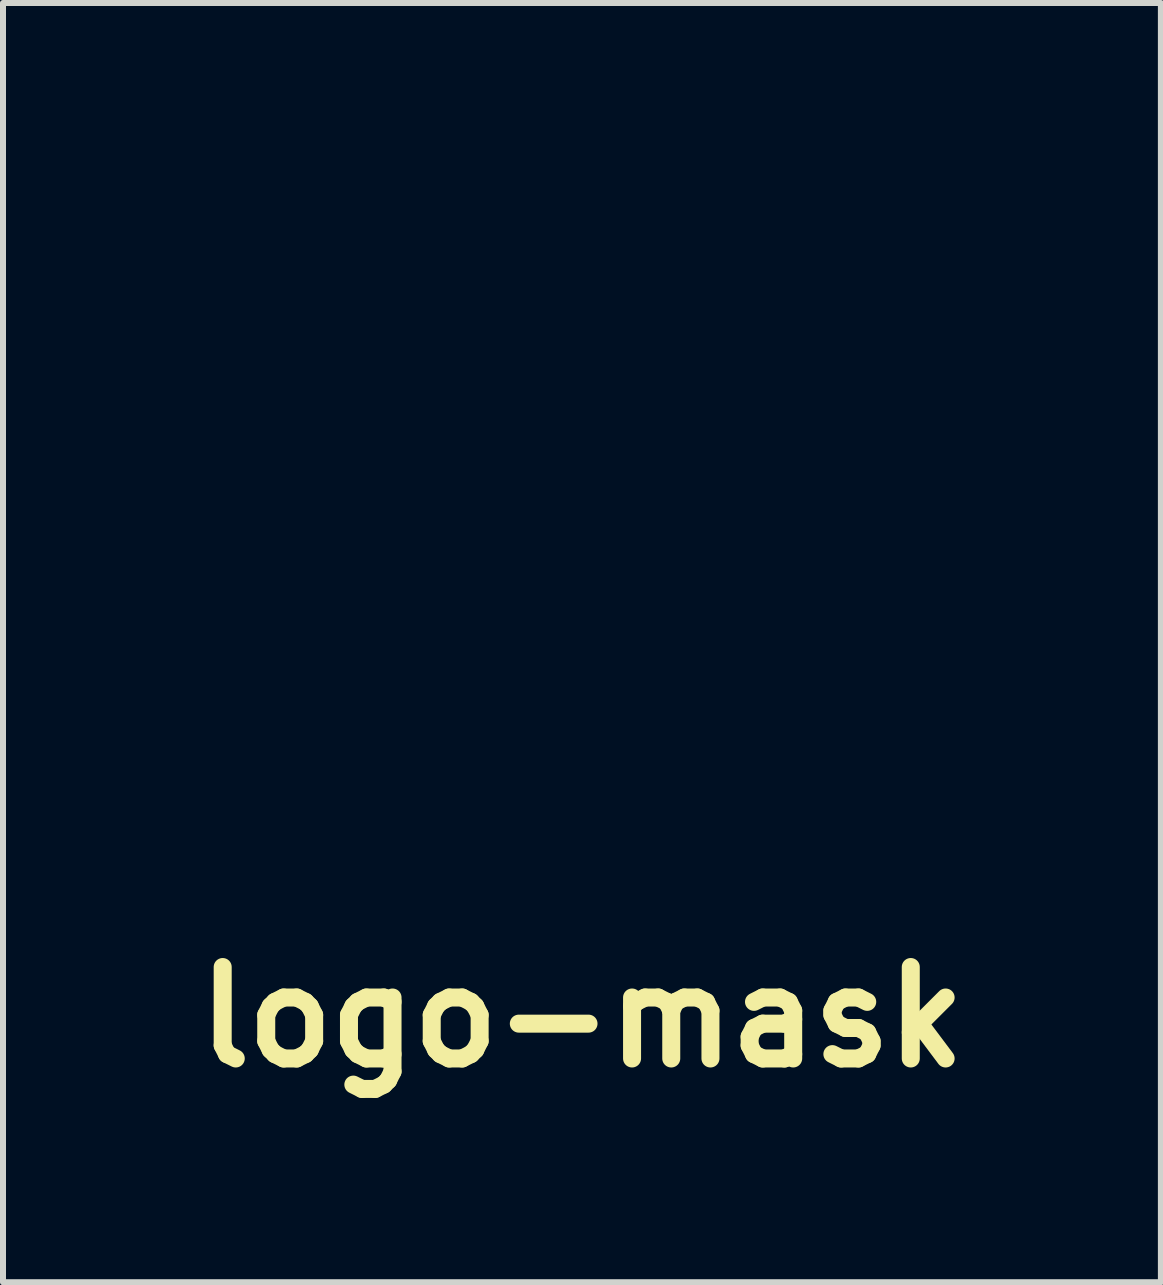
<source format=kicad_pcb>
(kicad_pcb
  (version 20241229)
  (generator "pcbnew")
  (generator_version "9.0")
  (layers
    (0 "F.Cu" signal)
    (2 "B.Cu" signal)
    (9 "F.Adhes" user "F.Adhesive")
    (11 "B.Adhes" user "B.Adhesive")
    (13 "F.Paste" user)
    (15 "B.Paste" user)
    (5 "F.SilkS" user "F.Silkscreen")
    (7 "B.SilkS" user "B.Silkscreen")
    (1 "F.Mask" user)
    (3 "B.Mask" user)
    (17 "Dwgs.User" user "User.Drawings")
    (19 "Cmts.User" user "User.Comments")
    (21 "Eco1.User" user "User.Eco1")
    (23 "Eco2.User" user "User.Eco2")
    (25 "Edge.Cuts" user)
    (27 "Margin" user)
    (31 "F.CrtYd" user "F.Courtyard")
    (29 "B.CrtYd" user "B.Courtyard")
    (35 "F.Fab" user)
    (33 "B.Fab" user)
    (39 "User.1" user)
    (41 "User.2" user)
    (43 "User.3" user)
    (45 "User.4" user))
  (footprint "logo-mask"
    (layer "F.Cu")
    (at 7.918 6.279)
    (property "Reference" "logo-mask" (at -1.27 7.62 0) (layer "F.SilkS") (effects (font (size 1.524 1.524) (thickness 0.3))))
    (attr through_hole)
    (fp_poly (pts (xy -0.913 -6.181) (xy -0.886 -6.145) (xy -0.832 -6.06) (xy -0.755 -5.935) (xy -0.662 -5.778) (xy -0.554 -5.594) (xy -0.438 -5.393) (xy -0.423 -5.366) (xy -0.316 -5.179) (xy -0.194 -4.964) (xy -0.059 -4.729) (xy 0.085 -4.477) (xy 0.234 -4.216) (xy 0.386 -3.951) (xy 0.537 -3.687) (xy 0.683 -3.431) (xy 0.823 -3.188) (xy 0.951 -2.963) (xy 1.065 -2.764) (xy 1.162 -2.595) (xy 1.239 -2.462) (xy 1.291 -2.371) (xy 1.316 -2.328) (xy 1.317 -2.326) (xy 1.348 -2.315) (xy 1.43 -2.29) (xy 1.555 -2.253) (xy 1.711 -2.208) (xy 1.891 -2.156) (xy 1.898 -2.154) (xy 2.474 -1.99) (xy 3.145 -2.392) (xy 3.333 -2.503) (xy 3.506 -2.603) (xy 3.655 -2.686) (xy 3.772 -2.749) (xy 3.849 -2.786) (xy 3.875 -2.794) (xy 3.937 -2.767) (xy 3.98 -2.704) (xy 3.986 -2.635) (xy 3.984 -2.63) (xy 3.953 -2.602) (xy 3.876 -2.547) (xy 3.758 -2.47) (xy 3.609 -2.375) (xy 3.435 -2.267) (xy 3.286 -2.175) (xy 3.099 -2.062) (xy 2.932 -1.959) (xy 2.792 -1.872) (xy 2.686 -1.804) (xy 2.621 -1.761) (xy 2.603 -1.747) (xy 2.597 -1.712) (xy 2.58 -1.625) (xy 2.554 -1.495) (xy 2.52 -1.333) (xy 2.482 -1.147) (xy 2.478 -1.127) (xy 2.353 -0.524) (xy 2.679 0.048) (xy 2.771 0.208) (xy 2.888 0.414) (xy 3.025 0.653) (xy 3.176 0.917) (xy 3.334 1.194) (xy 3.494 1.474) (xy 3.649 1.746) (xy 3.791 1.994) (xy 3.925 2.227) (xy 4.047 2.439) (xy 4.155 2.624) (xy 4.243 2.775) (xy 4.309 2.887) (xy 4.348 2.951) (xy 4.355 2.962) (xy 4.397 3.052) (xy 4.407 3.137) (xy 4.389 3.186) (xy 4.341 3.225) (xy 4.26 3.256) (xy 4.139 3.279) (xy 3.973 3.296) (xy 3.758 3.306) (xy 3.486 3.312) (xy 3.334 3.313) (xy 3.094 3.313) (xy 2.906 3.311) (xy 2.755 3.306) (xy 2.63 3.296) (xy 2.517 3.282) (xy 2.404 3.261) (xy 2.326 3.245) (xy 1.8 3.106) (xy 1.288 2.922) (xy 0.996 2.795) (xy 0.651 2.631) (xy 0.484 2.721) (xy 0.396 2.772) (xy 0.335 2.815) (xy 0.318 2.835) (xy 0.332 2.869) (xy 0.374 2.95) (xy 0.437 3.071) (xy 0.519 3.223) (xy 0.615 3.398) (xy 0.681 3.518) (xy 0.793 3.721) (xy 0.928 3.964) (xy 1.077 4.235) (xy 1.234 4.518) (xy 1.389 4.798) (xy 1.535 5.062) (xy 1.551 5.091) (xy 2.057 6.007) (xy 2.005 6.099) (xy 1.953 6.191) (xy -1.182 6.191) (xy -4.316 6.191) (xy -4.367 6.094) (xy -4.397 6.008) (xy -4.388 5.959) (xy -4.364 5.92) (xy -4.064 5.92) (xy -4.033 5.922) (xy -3.943 5.925) (xy -3.798 5.927) (xy -3.604 5.929) (xy -3.363 5.931) (xy -3.081 5.933) (xy -2.763 5.934) (xy -2.412 5.936) (xy -2.034 5.936) (xy -1.632 5.937) (xy -1.211 5.937) (xy -1.175 5.937) (xy -0.752 5.937) (xy -0.349 5.937) (xy 0.032 5.936) (xy 0.385 5.935) (xy 0.707 5.934) (xy 0.992 5.933) (xy 1.236 5.932) (xy 1.434 5.931) (xy 1.583 5.929) (xy 1.678 5.928) (xy 1.714 5.926) (xy 1.714 5.926) (xy 1.7 5.896) (xy 1.657 5.818) (xy 1.592 5.697) (xy 1.505 5.54) (xy 1.403 5.354) (xy 1.287 5.145) (xy 1.196 4.981) (xy 1.037 4.694) (xy 0.904 4.454) (xy 0.793 4.255) (xy 0.7 4.087) (xy 0.62 3.943) (xy 0.55 3.816) (xy 0.484 3.696) (xy 0.419 3.578) (xy 0.35 3.452) (xy 0.277 3.318) (xy 0.204 3.184) (xy 0.142 3.072) (xy 0.097 2.992) (xy 0.076 2.956) (xy 0.075 2.955) (xy 0.041 2.956) (xy -0.031 2.974) (xy -0.056 2.982) (xy -0.494 3.106) (xy -0.902 3.179) (xy -1.287 3.2) (xy -1.655 3.17) (xy -2.011 3.088) (xy -2.21 3.019) (xy -2.446 2.927) (xy -2.52 3.059) (xy -2.567 3.142) (xy -2.637 3.27) (xy -2.724 3.43) (xy -2.823 3.611) (xy -2.927 3.802) (xy -3.029 3.991) (xy -3.119 4.159) (xy -3.177 4.267) (xy -3.255 4.412) (xy -3.344 4.577) (xy -3.434 4.743) (xy -3.445 4.763) (xy -3.534 4.928) (xy -3.624 5.094) (xy -3.705 5.242) (xy -3.766 5.355) (xy -3.772 5.366) (xy -3.844 5.499) (xy -3.919 5.638) (xy -3.974 5.737) (xy -4.022 5.828) (xy -4.055 5.895) (xy -4.064 5.92) (xy -4.364 5.92) (xy -4.363 5.917) (xy -4.315 5.832) (xy -4.252 5.715) (xy -4.179 5.579) (xy -4.178 5.576) (xy -4.097 5.423) (xy -3.996 5.235) (xy -3.885 5.03) (xy -3.777 4.83) (xy -3.734 4.751) (xy -3.636 4.573) (xy -3.539 4.395) (xy -3.452 4.233) (xy -3.381 4.103) (xy -3.352 4.048) (xy -3.296 3.944) (xy -3.217 3.798) (xy -3.125 3.627) (xy -3.027 3.446) (xy -2.966 3.331) (xy -2.879 3.17) (xy -2.805 3.027) (xy -2.746 2.912) (xy -2.71 2.836) (xy -2.699 2.807) (xy -2.724 2.776) (xy -2.787 2.725) (xy -2.826 2.699) (xy -2.302 2.699) (xy -2.301 2.7) (xy -2.262 2.724) (xy -2.176 2.759) (xy -2.059 2.8) (xy -1.925 2.841) (xy -1.791 2.879) (xy -1.67 2.907) (xy -1.619 2.917) (xy -1.318 2.946) (xy -1.004 2.935) (xy -0.774 2.906) (xy -0.613 2.875) (xy -0.455 2.837) (xy -0.312 2.795) (xy -0.195 2.753) (xy -0.116 2.715) (xy -0.086 2.685) (xy -0.087 2.683) (xy -0.103 2.645) (xy -0.146 2.563) (xy -0.208 2.445) (xy -0.286 2.303) (xy -0.337 2.211) (xy -0.368 2.153) (xy -0.071 2.153) (xy 0.049 2.376) (xy 0.17 2.599) (xy 0.258 2.554) (xy 0.325 2.514) (xy 0.361 2.483) (xy 0.344 2.454) (xy 0.285 2.401) (xy 0.195 2.333) (xy 0.153 2.305) (xy -0.071 2.153) (xy -0.368 2.153) (xy -0.581 1.77) (xy -1.203 1.793) (xy -1.396 1.801) (xy -1.567 1.81) (xy -1.706 1.819) (xy -1.803 1.829) (xy -1.848 1.837) (xy -1.849 1.838) (xy -1.879 1.88) (xy -1.929 1.963) (xy -1.992 2.075) (xy -2.062 2.205) (xy -2.133 2.341) (xy -2.199 2.47) (xy -2.253 2.581) (xy -2.289 2.661) (xy -2.302 2.699) (xy -2.826 2.699) (xy -2.848 2.684) (xy -2.983 2.584) (xy -3.138 2.447) (xy -3.298 2.288) (xy -3.45 2.121) (xy -3.577 1.961) (xy -3.611 1.912) (xy -3.309 1.912) (xy -3.123 2.103) (xy -3.005 2.217) (xy -2.872 2.335) (xy -2.752 2.432) (xy -2.749 2.434) (xy -2.562 2.574) (xy -2.494 2.454) (xy -2.447 2.369) (xy -2.381 2.251) (xy -2.309 2.121) (xy -2.288 2.084) (xy -2.151 1.835) (xy -2.639 1.856) (xy -2.816 1.865) (xy -2.977 1.874) (xy -3.108 1.883) (xy -3.196 1.891) (xy -3.218 1.894) (xy -3.309 1.912) (xy -3.611 1.912) (xy -3.629 1.886) (xy -3.781 1.624) (xy -3 1.624) (xy -2.699 1.606) (xy -2.552 1.598) (xy -2.363 1.589) (xy -2.157 1.579) (xy -1.954 1.569) (xy -1.921 1.568) (xy -1.718 1.559) (xy -1.503 1.549) (xy -1.301 1.538) (xy -1.135 1.529) (xy -1.116 1.528) (xy -0.786 1.508) (xy -0.961 1.313) (xy -1.071 1.183) (xy -1.189 1.036) (xy -1.285 0.908) (xy -1.356 0.811) (xy -1.412 0.738) (xy -1.445 0.701) (xy -1.448 0.699) (xy -1.478 0.714) (xy -1.555 0.759) (xy -1.672 0.828) (xy -1.823 0.917) (xy -2 1.023) (xy -2.197 1.141) (xy -2.231 1.161) (xy -3 1.624) (xy -3.781 1.624) (xy -3.836 1.53) (xy -3.99 1.185) (xy -4.093 0.838) (xy -4.15 0.475) (xy -4.159 0.272) (xy -3.908 0.272) (xy -3.879 0.596) (xy -3.825 0.85) (xy -3.785 0.978) (xy -3.735 1.114) (xy -3.683 1.247) (xy -3.632 1.363) (xy -3.59 1.448) (xy -3.56 1.49) (xy -3.555 1.492) (xy -3.535 1.465) (xy -3.493 1.393) (xy -3.155 1.393) (xy -3.143 1.397) (xy -3.139 1.395) (xy -3.092 1.369) (xy -2.999 1.314) (xy -2.868 1.237) (xy -2.706 1.141) (xy -2.521 1.031) (xy -2.327 0.916) (xy -1.591 0.476) (xy -1.776 0.103) (xy -1.854 -0.059) (xy -1.93 -0.222) (xy -1.994 -0.365) (xy -2.036 -0.468) (xy -2.076 -0.568) (xy -2.11 -0.64) (xy -2.129 -0.667) (xy -2.147 -0.639) (xy -2.19 -0.562) (xy -2.256 -0.44) (xy -2.34 -0.28) (xy -2.439 -0.088) (xy -2.551 0.13) (xy -2.672 0.366) (xy -2.681 0.384) (xy -2.822 0.663) (xy -2.935 0.89) (xy -3.022 1.069) (xy -3.086 1.204) (xy -3.128 1.301) (xy -3.15 1.362) (xy -3.155 1.393) (xy -3.493 1.393) (xy -3.49 1.388) (xy -3.424 1.268) (xy -3.342 1.114) (xy -3.247 0.93) (xy -3.144 0.726) (xy -3.126 0.691) (xy -3.005 0.45) (xy -2.877 0.199) (xy -2.751 -0.048) (xy -2.634 -0.278) (xy -2.532 -0.476) (xy -2.471 -0.594) (xy -2.38 -0.77) (xy -2.314 -0.9) (xy -2.272 -0.993) (xy -2.248 -1.06) (xy -2.239 -1.112) (xy -2.242 -1.157) (xy -2.254 -1.206) (xy -2.255 -1.208) (xy -2.282 -1.332) (xy -2.31 -1.499) (xy -2.336 -1.691) (xy -2.358 -1.886) (xy -2.374 -2.065) (xy -2.379 -2.169) (xy -2.119 -2.169) (xy -2.064 -1.593) (xy -2.013 -1.31) (xy -1.878 -0.803) (xy -1.684 -0.301) (xy -1.435 0.189) (xy -1.136 0.66) (xy -0.791 1.106) (xy -0.406 1.518) (xy -0.016 1.864) (xy 0.337 2.122) (xy 0.725 2.359) (xy 1.138 2.569) (xy 1.564 2.749) (xy 1.992 2.894) (xy 2.411 3) (xy 2.81 3.062) (xy 3.038 3.076) (xy 3.202 3.08) (xy 2.995 2.723) (xy 2.843 2.461) (xy 2.716 2.242) (xy 2.607 2.055) (xy 2.508 1.886) (xy 2.413 1.723) (xy 2.315 1.556) (xy 2.207 1.371) (xy 2.081 1.156) (xy 2.017 1.046) (xy 1.804 0.683) (xy 2.101 0.683) (xy 2.5 1.365) (xy 2.628 1.584) (xy 2.762 1.812) (xy 2.893 2.035) (xy 3.013 2.238) (xy 3.112 2.407) (xy 3.144 2.461) (xy 3.234 2.614) (xy 3.317 2.757) (xy 3.385 2.876) (xy 3.431 2.957) (xy 3.441 2.977) (xy 3.481 3.034) (xy 3.536 3.068) (xy 3.618 3.08) (xy 3.74 3.072) (xy 3.882 3.051) (xy 3.974 3.033) (xy 4.036 3.016) (xy 4.05 3.009) (xy 4.038 2.979) (xy 3.998 2.899) (xy 3.932 2.776) (xy 3.844 2.615) (xy 3.736 2.422) (xy 3.612 2.202) (xy 3.476 1.961) (xy 3.378 1.79) (xy 3.231 1.533) (xy 3.092 1.29) (xy 2.965 1.067) (xy 2.852 0.871) (xy 2.758 0.706) (xy 2.686 0.581) (xy 2.64 0.5) (xy 2.627 0.476) (xy 2.5 0.254) (xy 2.402 0.086) (xy 2.331 -0.03) (xy 2.286 -0.094) (xy 2.265 -0.111) (xy 2.264 -0.109) (xy 2.255 -0.068) (xy 2.235 0.022) (xy 2.209 0.148) (xy 2.179 0.297) (xy 2.178 0.302) (xy 2.101 0.683) (xy 1.804 0.683) (xy 1.755 0.6) (xy 1.522 0.203) (xy 1.314 -0.152) (xy 1.128 -0.47) (xy 0.96 -0.758) (xy 0.875 -0.903) (xy 1.178 -0.903) (xy 1.399 -0.523) (xy 1.494 -0.358) (xy 1.593 -0.189) (xy 1.682 -0.034) (xy 1.751 0.085) (xy 1.752 0.087) (xy 1.815 0.189) (xy 1.868 0.262) (xy 1.901 0.294) (xy 1.907 0.294) (xy 1.921 0.255) (xy 1.943 0.166) (xy 1.97 0.042) (xy 1.999 -0.107) (xy 2 -0.111) (xy 2.071 -0.492) (xy 1.89 -0.81) (xy 1.816 -0.938) (xy 1.752 -1.047) (xy 1.704 -1.124) (xy 1.682 -1.155) (xy 1.643 -1.153) (xy 1.563 -1.122) (xy 1.454 -1.065) (xy 1.417 -1.043) (xy 1.178 -0.903) (xy 0.875 -0.903) (xy 0.809 -1.016) (xy 0.734 -1.145) (xy 0.633 -1.318) (xy 0.512 -1.524) (xy 0.378 -1.753) (xy 0.237 -1.994) (xy 0.095 -2.236) (xy 0.052 -2.31) (xy 0.376 -2.31) (xy 0.383 -2.282) (xy 0.419 -2.208) (xy 0.477 -2.1) (xy 0.553 -1.965) (xy 0.602 -1.882) (xy 0.698 -1.721) (xy 0.789 -1.566) (xy 0.867 -1.43) (xy 0.925 -1.328) (xy 0.939 -1.303) (xy 0.991 -1.216) (xy 1.034 -1.158) (xy 1.054 -1.143) (xy 1.092 -1.158) (xy 1.17 -1.199) (xy 1.272 -1.257) (xy 1.303 -1.275) (xy 1.395 -1.332) (xy 1.92 -1.332) (xy 1.925 -1.294) (xy 1.955 -1.223) (xy 2 -1.133) (xy 2.051 -1.041) (xy 2.1 -0.963) (xy 2.138 -0.913) (xy 2.155 -0.906) (xy 2.169 -0.943) (xy 2.192 -1.029) (xy 2.219 -1.15) (xy 2.241 -1.252) (xy 2.307 -1.578) (xy 2.121 -1.468) (xy 2.025 -1.408) (xy 1.953 -1.359) (xy 1.92 -1.332) (xy 1.395 -1.332) (xy 1.405 -1.338) (xy 1.482 -1.389) (xy 1.522 -1.42) (xy 1.524 -1.424) (xy 1.51 -1.454) (xy 1.471 -1.526) (xy 1.417 -1.627) (xy 1.353 -1.743) (xy 1.288 -1.861) (xy 1.228 -1.967) (xy 1.219 -1.983) (xy 1.528 -1.983) (xy 1.537 -1.952) (xy 1.572 -1.881) (xy 1.626 -1.784) (xy 1.637 -1.765) (xy 1.695 -1.667) (xy 1.738 -1.608) (xy 1.782 -1.588) (xy 1.84 -1.604) (xy 1.928 -1.655) (xy 2.025 -1.717) (xy 2.103 -1.773) (xy 2.132 -1.81) (xy 2.124 -1.821) (xy 2.075 -1.836) (xy 1.982 -1.863) (xy 1.861 -1.899) (xy 1.81 -1.914) (xy 1.688 -1.948) (xy 1.593 -1.972) (xy 1.536 -1.983) (xy 1.528 -1.983) (xy 1.219 -1.983) (xy 1.181 -2.049) (xy 1.157 -2.088) (xy 1.125 -2.102) (xy 1.046 -2.128) (xy 0.934 -2.162) (xy 0.803 -2.2) (xy 0.669 -2.238) (xy 0.545 -2.271) (xy 0.446 -2.297) (xy 0.387 -2.31) (xy 0.376 -2.31) (xy 0.052 -2.31) (xy 0.047 -2.318) (xy -0.096 -2.563) (xy -0.244 -2.816) (xy -0.389 -3.064) (xy -0.525 -3.295) (xy -0.644 -3.499) (xy -0.74 -3.662) (xy -0.761 -3.699) (xy -0.935 -3.996) (xy -1.079 -4.242) (xy -1.196 -4.443) (xy -1.29 -4.601) (xy -1.363 -4.723) (xy -1.418 -4.811) (xy -1.459 -4.871) (xy -1.487 -4.906) (xy -1.506 -4.921) (xy -1.518 -4.92) (xy -1.527 -4.908) (xy -1.535 -4.889) (xy -1.543 -4.873) (xy -1.6 -4.751) (xy -1.668 -4.585) (xy -1.742 -4.394) (xy -1.813 -4.194) (xy -1.876 -4.005) (xy -1.909 -3.896) (xy -2.041 -3.325) (xy -2.111 -2.748) (xy -2.119 -2.169) (xy -2.379 -2.169) (xy -2.381 -2.208) (xy -2.381 -2.217) (xy -2.381 -2.418) (xy -2.516 -2.32) (xy -2.874 -2.033) (xy -3.173 -1.739) (xy -3.418 -1.432) (xy -3.612 -1.106) (xy -3.761 -0.755) (xy -3.776 -0.711) (xy -3.856 -0.402) (xy -3.9 -0.068) (xy -3.908 0.272) (xy -4.159 0.272) (xy -4.165 0.111) (xy -4.133 -0.325) (xy -4.041 -0.741) (xy -3.888 -1.137) (xy -3.675 -1.513) (xy -3.402 -1.87) (xy -3.139 -2.142) (xy -3 -2.265) (xy -2.845 -2.392) (xy -2.696 -2.504) (xy -2.635 -2.546) (xy -2.518 -2.624) (xy -2.445 -2.68) (xy -2.402 -2.728) (xy -2.381 -2.78) (xy -2.369 -2.849) (xy -2.366 -2.872) (xy -2.271 -3.475) (xy -2.132 -4.043) (xy -1.947 -4.586) (xy -1.709 -5.117) (xy -1.644 -5.235) (xy -1.336 -5.235) (xy -1.334 -5.195) (xy -1.319 -5.163) (xy -1.292 -5.118) (xy -1.237 -5.025) (xy -1.16 -4.893) (xy -1.063 -4.729) (xy -0.953 -4.54) (xy -0.832 -4.335) (xy -0.707 -4.12) (xy -0.58 -3.903) (xy -0.458 -3.692) (xy -0.343 -3.495) (xy -0.24 -3.319) (xy -0.155 -3.171) (xy -0.102 -3.08) (xy -0.026 -2.95) (xy 0.041 -2.836) (xy 0.093 -2.751) (xy 0.115 -2.716) (xy 0.16 -2.685) (xy 0.251 -2.643) (xy 0.374 -2.595) (xy 0.512 -2.547) (xy 0.653 -2.504) (xy 0.779 -2.47) (xy 0.877 -2.45) (xy 0.9 -2.448) (xy 0.935 -2.45) (xy 0.937 -2.472) (xy 0.907 -2.528) (xy 0.895 -2.548) (xy 0.866 -2.597) (xy 0.809 -2.695) (xy 0.728 -2.835) (xy 0.626 -3.012) (xy 0.507 -3.219) (xy 0.375 -3.449) (xy 0.233 -3.697) (xy 0.15 -3.842) (xy -0.065 -4.217) (xy -0.25 -4.541) (xy -0.409 -4.817) (xy -0.542 -5.049) (xy -0.653 -5.241) (xy -0.744 -5.397) (xy -0.816 -5.52) (xy -0.872 -5.615) (xy -0.915 -5.684) (xy -0.946 -5.733) (xy -0.968 -5.763) (xy -0.983 -5.78) (xy -0.993 -5.788) (xy -1 -5.788) (xy -1.001 -5.788) (xy -1.03 -5.76) (xy -1.081 -5.688) (xy -1.148 -5.586) (xy -1.197 -5.506) (xy -1.271 -5.379) (xy -1.316 -5.292) (xy -1.336 -5.235) (xy -1.644 -5.235) (xy -1.417 -5.645) (xy -1.263 -5.889) (xy -1.159 -6.041) (xy -1.077 -6.141) (xy -1.012 -6.193) (xy -0.957 -6.204) (xy -0.913 -6.181)) (stroke (width 0.15) (type solid)) (fill yes) (layer "F.Mask")))
  (gr_rect
    (start -3 -3)
    (end 16.295 18.317)
    (stroke (width 0.1) (type default))
    (fill no)
    (layer "Edge.Cuts")))
</source>
